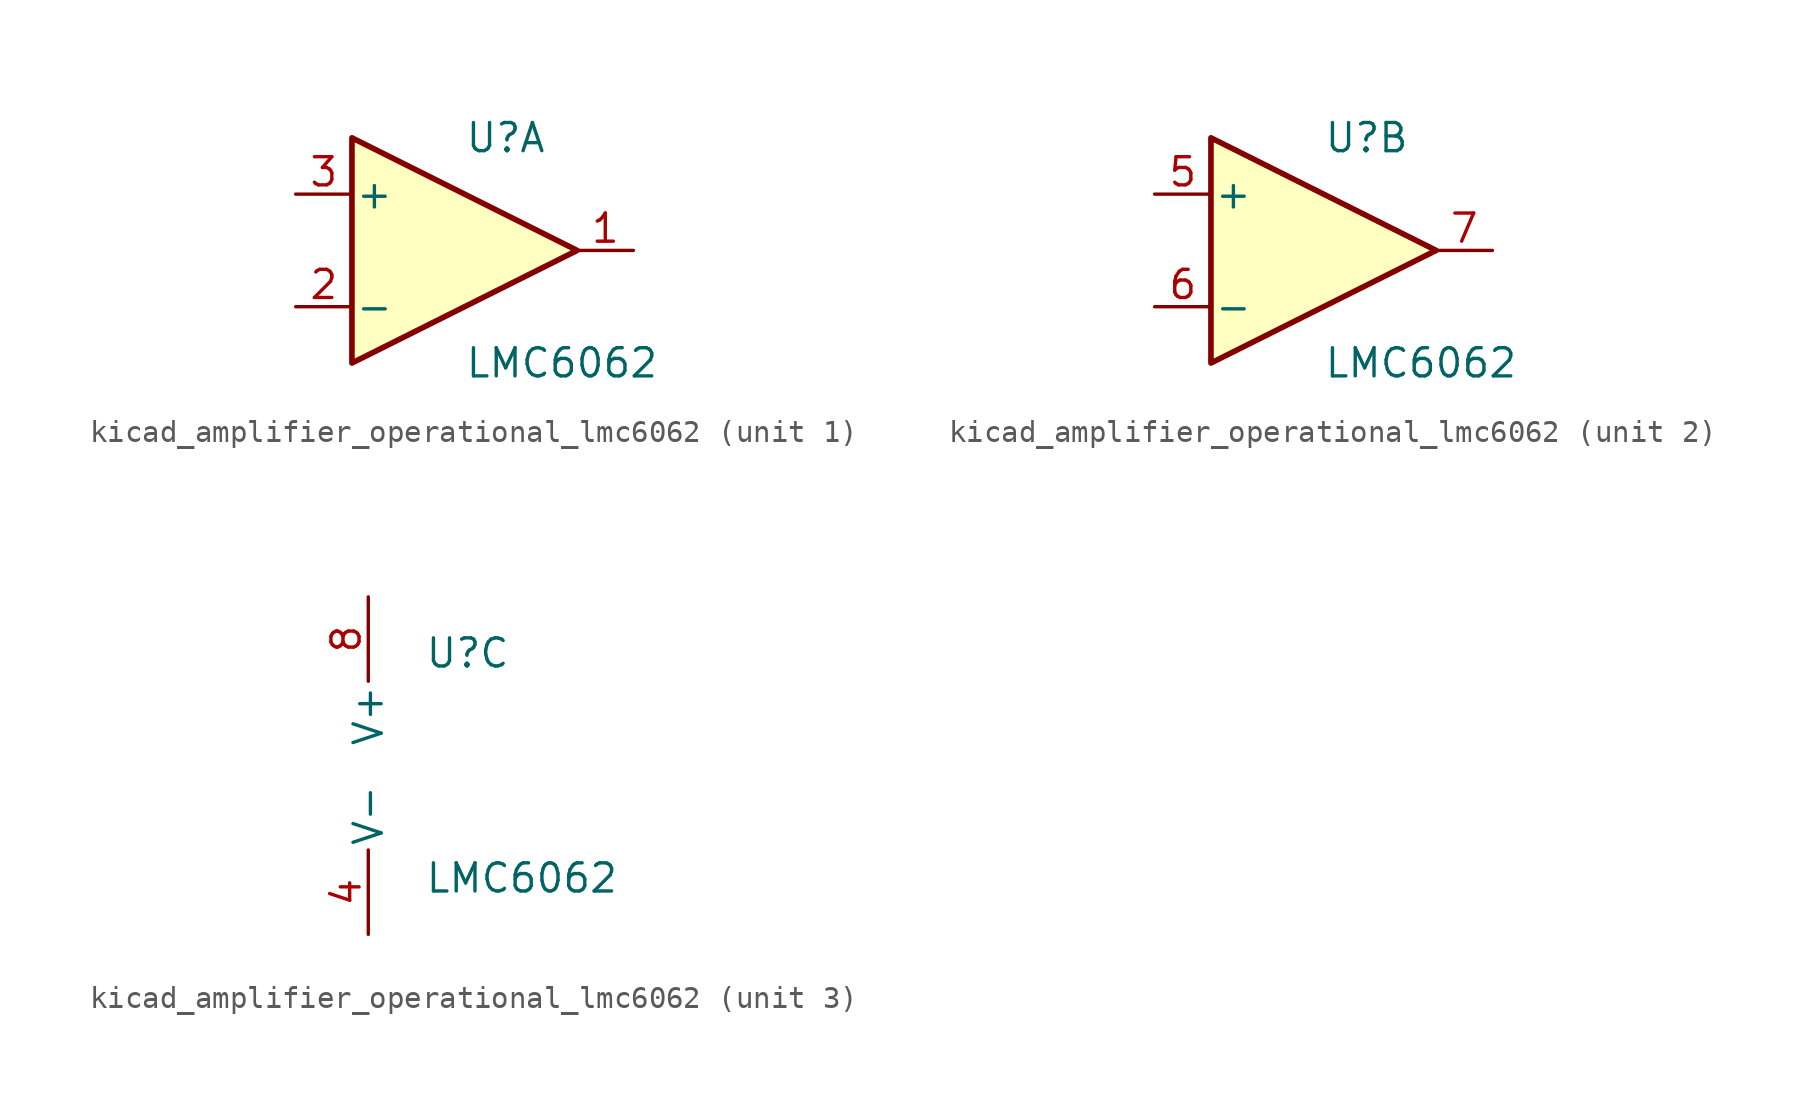
<source format=kicad_sym>
(kicad_symbol_lib
  (version 20220914)
  (generator kicad_symbol_editor)
  (symbol "kicad_amplifier_operational_lmc6062"
    (pin_names
      (offset 0.127))
    (property "Reference" "U"
      (at 0 5.08 0)
      (effects (font (size 1.27 1.27)) (justify left)))
    (property "Value" "LMC6062"
      (at 0 -5.08 0)
      (effects (font (size 1.27 1.27)) (justify left)))
    (property "ki_locked" ""
      (at 0 0 0)
      (effects (font (size 1.27 1.27))))
    (symbol "kicad_amplifier_operational_lmc6062_1_1"
      (polyline (pts (xy -5.08 5.08) (xy 5.08 0) (xy -5.08 -5.08) (xy -5.08 5.08)) (stroke (width 0.254) (type default)) (fill (type background)))
      (pin output line (at 7.62 0 180) (length 2.54) (name "~" (effects (font (size 1.27 1.27)))) (number "1" (effects (font (size 1.27 1.27)))))
      (pin input line (at -7.62 -2.54 0) (length 2.54) (name "-" (effects (font (size 1.27 1.27)))) (number "2" (effects (font (size 1.27 1.27)))))
      (pin input line (at -7.62 2.54 0) (length 2.54) (name "+" (effects (font (size 1.27 1.27)))) (number "3" (effects (font (size 1.27 1.27))))))
    (symbol "kicad_amplifier_operational_lmc6062_2_1"
      (polyline (pts (xy -5.08 5.08) (xy 5.08 0) (xy -5.08 -5.08) (xy -5.08 5.08)) (stroke (width 0.254) (type default)) (fill (type background)))
      (pin input line (at -7.62 2.54 0) (length 2.54) (name "+" (effects (font (size 1.27 1.27)))) (number "5" (effects (font (size 1.27 1.27)))))
      (pin input line (at -7.62 -2.54 0) (length 2.54) (name "-" (effects (font (size 1.27 1.27)))) (number "6" (effects (font (size 1.27 1.27)))))
      (pin output line (at 7.62 0 180) (length 2.54) (name "~" (effects (font (size 1.27 1.27)))) (number "7" (effects (font (size 1.27 1.27))))))
    (symbol "kicad_amplifier_operational_lmc6062_3_1"
      (pin power_in line (at -2.54 -7.62 90) (length 3.81) (name "V-" (effects (font (size 1.27 1.27)))) (number "4" (effects (font (size 1.27 1.27)))))
      (pin power_in line (at -2.54 7.62 270) (length 3.81) (name "V+" (effects (font (size 1.27 1.27)))) (number "8" (effects (font (size 1.27 1.27))))))))
</source>
